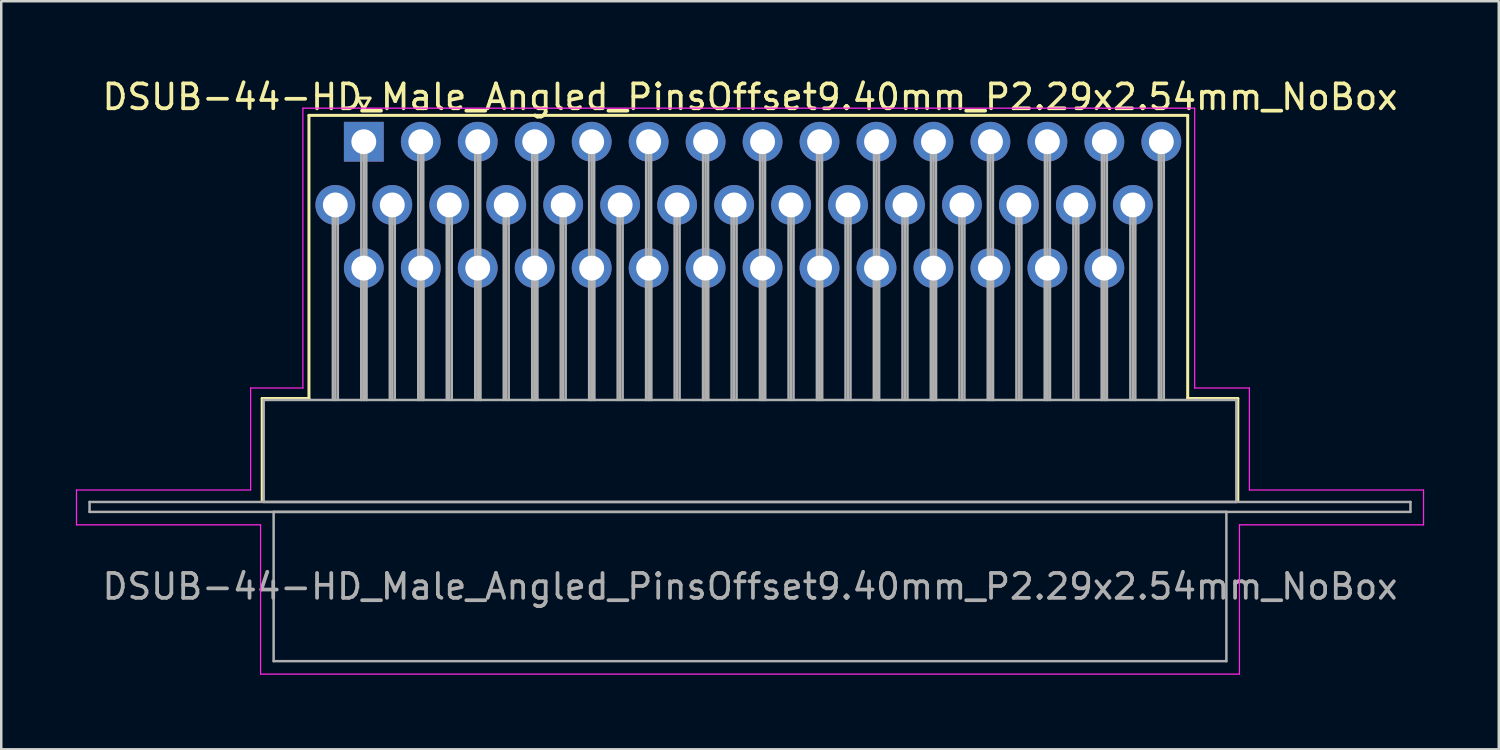
<source format=kicad_pcb>
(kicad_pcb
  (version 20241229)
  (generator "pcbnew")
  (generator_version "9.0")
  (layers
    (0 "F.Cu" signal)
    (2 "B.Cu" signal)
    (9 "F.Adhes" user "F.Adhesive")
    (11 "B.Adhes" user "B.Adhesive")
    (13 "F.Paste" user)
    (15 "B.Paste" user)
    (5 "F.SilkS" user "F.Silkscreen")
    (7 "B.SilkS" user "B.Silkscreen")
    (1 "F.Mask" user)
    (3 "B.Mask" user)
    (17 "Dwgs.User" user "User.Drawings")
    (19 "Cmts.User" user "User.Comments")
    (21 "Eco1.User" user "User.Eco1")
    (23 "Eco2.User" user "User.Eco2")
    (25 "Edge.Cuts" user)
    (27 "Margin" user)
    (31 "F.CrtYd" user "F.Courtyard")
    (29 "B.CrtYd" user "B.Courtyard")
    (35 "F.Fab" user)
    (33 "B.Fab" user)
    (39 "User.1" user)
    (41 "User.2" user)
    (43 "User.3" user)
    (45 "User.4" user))
  (footprint "DSUB-44-HD_Male_Angled_PinsOffset9.40mm_P2.29x2.54mm_NoBox"
    (layer "F.Cu")
    (at 11.575 2.648)
    (property "Reference" "DSUB-44-HD_Male_Angled_PinsOffset9.40mm_P2.29x2.54mm_NoBox" (at 15.525 -1.8 0) (layer "F.SilkS") (effects (font (size 1 1) (thickness 0.15))))
    (attr through_hole)
    (fp_line (start -4.085 10.32) (end -2.205 10.32) (stroke (width 0.12) (type solid)) (layer "F.SilkS"))
    (fp_line (start -4.085 14.42) (end -4.085 10.32) (stroke (width 0.12) (type solid)) (layer "F.SilkS"))
    (fp_line (start -2.205 -1.06) (end 33.12 -1.06) (stroke (width 0.12) (type solid)) (layer "F.SilkS"))
    (fp_line (start -2.205 10.32) (end -2.205 -1.06) (stroke (width 0.12) (type solid)) (layer "F.SilkS"))
    (fp_line (start -0.25 -1.754) (end 0.25 -1.754) (stroke (width 0.12) (type solid)) (layer "F.SilkS"))
    (fp_line (start 0 -1.321) (end -0.25 -1.754) (stroke (width 0.12) (type solid)) (layer "F.SilkS"))
    (fp_line (start 0.25 -1.754) (end 0 -1.321) (stroke (width 0.12) (type solid)) (layer "F.SilkS"))
    (fp_line (start 33.12 -1.06) (end 33.12 10.32) (stroke (width 0.12) (type solid)) (layer "F.SilkS"))
    (fp_line (start 33.12 10.32) (end 35.135 10.32) (stroke (width 0.12) (type solid)) (layer "F.SilkS"))
    (fp_line (start 35.135 10.32) (end 35.135 14.42) (stroke (width 0.12) (type solid)) (layer "F.SilkS"))
    (fp_line (start -11.55 14) (end -4.55 14) (stroke (width 0.05) (type solid)) (layer "F.CrtYd"))
    (fp_line (start -11.55 15.4) (end -11.55 14) (stroke (width 0.05) (type solid)) (layer "F.CrtYd"))
    (fp_line (start -4.55 9.9) (end -2.45 9.9) (stroke (width 0.05) (type solid)) (layer "F.CrtYd"))
    (fp_line (start -4.55 14) (end -4.55 9.9) (stroke (width 0.05) (type solid)) (layer "F.CrtYd"))
    (fp_line (start -4.15 15.4) (end -11.55 15.4) (stroke (width 0.05) (type solid)) (layer "F.CrtYd"))
    (fp_line (start -4.15 21.4) (end -4.15 15.4) (stroke (width 0.05) (type solid)) (layer "F.CrtYd"))
    (fp_line (start -2.45 -1.35) (end 33.4 -1.35) (stroke (width 0.05) (type solid)) (layer "F.CrtYd"))
    (fp_line (start -2.45 9.9) (end -2.45 -1.35) (stroke (width 0.05) (type solid)) (layer "F.CrtYd"))
    (fp_line (start 33.4 -1.35) (end 33.4 9.9) (stroke (width 0.05) (type solid)) (layer "F.CrtYd"))
    (fp_line (start 33.4 9.9) (end 35.6 9.9) (stroke (width 0.05) (type solid)) (layer "F.CrtYd"))
    (fp_line (start 35.2 15.4) (end 35.2 21.4) (stroke (width 0.05) (type solid)) (layer "F.CrtYd"))
    (fp_line (start 35.2 21.4) (end -4.15 21.4) (stroke (width 0.05) (type solid)) (layer "F.CrtYd"))
    (fp_line (start 35.6 9.9) (end 35.6 14) (stroke (width 0.05) (type solid)) (layer "F.CrtYd"))
    (fp_line (start 35.6 14) (end 42.6 14) (stroke (width 0.05) (type solid)) (layer "F.CrtYd"))
    (fp_line (start 42.6 14) (end 42.6 15.4) (stroke (width 0.05) (type solid)) (layer "F.CrtYd"))
    (fp_line (start 42.6 15.4) (end 35.2 15.4) (stroke (width 0.05) (type solid)) (layer "F.CrtYd"))
    (fp_line (start -11.025 14.48) (end -11.025 14.88) (stroke (width 0.1) (type solid)) (layer "F.Fab"))
    (fp_line (start -11.025 14.88) (end 42.075 14.88) (stroke (width 0.1) (type solid)) (layer "F.Fab"))
    (fp_line (start -4.025 10.38) (end -4.025 14.48) (stroke (width 0.1) (type solid)) (layer "F.Fab"))
    (fp_line (start -4.025 14.48) (end 35.075 14.48) (stroke (width 0.1) (type solid)) (layer "F.Fab"))
    (fp_line (start -3.625 14.88) (end -3.625 20.88) (stroke (width 0.1) (type solid)) (layer "F.Fab"))
    (fp_line (start -3.625 20.88) (end 34.675 20.88) (stroke (width 0.1) (type solid)) (layer "F.Fab"))
    (fp_line (start -1.245 2.54) (end -1.245 10.38) (stroke (width 0.1) (type solid)) (layer "F.Fab"))
    (fp_line (start -1.145 2.54) (end -1.145 10.38) (stroke (width 0.1) (type solid)) (layer "F.Fab"))
    (fp_line (start -1.045 2.54) (end -1.045 10.38) (stroke (width 0.1) (type solid)) (layer "F.Fab"))
    (fp_line (start -0.1 0) (end -0.1 10.38) (stroke (width 0.1) (type solid)) (layer "F.Fab"))
    (fp_line (start -0.1 5.08) (end -0.1 10.38) (stroke (width 0.1) (type solid)) (layer "F.Fab"))
    (fp_line (start 0 0) (end 0 10.38) (stroke (width 0.1) (type solid)) (layer "F.Fab"))
    (fp_line (start 0 5.08) (end 0 10.38) (stroke (width 0.1) (type solid)) (layer "F.Fab"))
    (fp_line (start 0.1 0) (end 0.1 10.38) (stroke (width 0.1) (type solid)) (layer "F.Fab"))
    (fp_line (start 0.1 5.08) (end 0.1 10.38) (stroke (width 0.1) (type solid)) (layer "F.Fab"))
    (fp_line (start 1.045 2.54) (end 1.045 10.38) (stroke (width 0.1) (type solid)) (layer "F.Fab"))
    (fp_line (start 1.145 2.54) (end 1.145 10.38) (stroke (width 0.1) (type solid)) (layer "F.Fab"))
    (fp_line (start 1.245 2.54) (end 1.245 10.38) (stroke (width 0.1) (type solid)) (layer "F.Fab"))
    (fp_line (start 2.19 0) (end 2.19 10.38) (stroke (width 0.1) (type solid)) (layer "F.Fab"))
    (fp_line (start 2.19 5.08) (end 2.19 10.38) (stroke (width 0.1) (type solid)) (layer "F.Fab"))
    (fp_line (start 2.29 0) (end 2.29 10.38) (stroke (width 0.1) (type solid)) (layer "F.Fab"))
    (fp_line (start 2.29 5.08) (end 2.29 10.38) (stroke (width 0.1) (type solid)) (layer "F.Fab"))
    (fp_line (start 2.39 0) (end 2.39 10.38) (stroke (width 0.1) (type solid)) (layer "F.Fab"))
    (fp_line (start 2.39 5.08) (end 2.39 10.38) (stroke (width 0.1) (type solid)) (layer "F.Fab"))
    (fp_line (start 3.335 2.54) (end 3.335 10.38) (stroke (width 0.1) (type solid)) (layer "F.Fab"))
    (fp_line (start 3.435 2.54) (end 3.435 10.38) (stroke (width 0.1) (type solid)) (layer "F.Fab"))
    (fp_line (start 3.535 2.54) (end 3.535 10.38) (stroke (width 0.1) (type solid)) (layer "F.Fab"))
    (fp_line (start 4.48 0) (end 4.48 10.38) (stroke (width 0.1) (type solid)) (layer "F.Fab"))
    (fp_line (start 4.48 5.08) (end 4.48 10.38) (stroke (width 0.1) (type solid)) (layer "F.Fab"))
    (fp_line (start 4.58 0) (end 4.58 10.38) (stroke (width 0.1) (type solid)) (layer "F.Fab"))
    (fp_line (start 4.58 5.08) (end 4.58 10.38) (stroke (width 0.1) (type solid)) (layer "F.Fab"))
    (fp_line (start 4.68 0) (end 4.68 10.38) (stroke (width 0.1) (type solid)) (layer "F.Fab"))
    (fp_line (start 4.68 5.08) (end 4.68 10.38) (stroke (width 0.1) (type solid)) (layer "F.Fab"))
    (fp_line (start 5.625 2.54) (end 5.625 10.38) (stroke (width 0.1) (type solid)) (layer "F.Fab"))
    (fp_line (start 5.725 2.54) (end 5.725 10.38) (stroke (width 0.1) (type solid)) (layer "F.Fab"))
    (fp_line (start 5.825 2.54) (end 5.825 10.38) (stroke (width 0.1) (type solid)) (layer "F.Fab"))
    (fp_line (start 6.77 0) (end 6.77 10.38) (stroke (width 0.1) (type solid)) (layer "F.Fab"))
    (fp_line (start 6.77 5.08) (end 6.77 10.38) (stroke (width 0.1) (type solid)) (layer "F.Fab"))
    (fp_line (start 6.87 0) (end 6.87 10.38) (stroke (width 0.1) (type solid)) (layer "F.Fab"))
    (fp_line (start 6.87 5.08) (end 6.87 10.38) (stroke (width 0.1) (type solid)) (layer "F.Fab"))
    (fp_line (start 6.97 0) (end 6.97 10.38) (stroke (width 0.1) (type solid)) (layer "F.Fab"))
    (fp_line (start 6.97 5.08) (end 6.97 10.38) (stroke (width 0.1) (type solid)) (layer "F.Fab"))
    (fp_line (start 7.915 2.54) (end 7.915 10.38) (stroke (width 0.1) (type solid)) (layer "F.Fab"))
    (fp_line (start 8.015 2.54) (end 8.015 10.38) (stroke (width 0.1) (type solid)) (layer "F.Fab"))
    (fp_line (start 8.115 2.54) (end 8.115 10.38) (stroke (width 0.1) (type solid)) (layer "F.Fab"))
    (fp_line (start 9.06 0) (end 9.06 10.38) (stroke (width 0.1) (type solid)) (layer "F.Fab"))
    (fp_line (start 9.06 5.08) (end 9.06 10.38) (stroke (width 0.1) (type solid)) (layer "F.Fab"))
    (fp_line (start 9.16 0) (end 9.16 10.38) (stroke (width 0.1) (type solid)) (layer "F.Fab"))
    (fp_line (start 9.16 5.08) (end 9.16 10.38) (stroke (width 0.1) (type solid)) (layer "F.Fab"))
    (fp_line (start 9.26 0) (end 9.26 10.38) (stroke (width 0.1) (type solid)) (layer "F.Fab"))
    (fp_line (start 9.26 5.08) (end 9.26 10.38) (stroke (width 0.1) (type solid)) (layer "F.Fab"))
    (fp_line (start 10.205 2.54) (end 10.205 10.38) (stroke (width 0.1) (type solid)) (layer "F.Fab"))
    (fp_line (start 10.305 2.54) (end 10.305 10.38) (stroke (width 0.1) (type solid)) (layer "F.Fab"))
    (fp_line (start 10.405 2.54) (end 10.405 10.38) (stroke (width 0.1) (type solid)) (layer "F.Fab"))
    (fp_line (start 11.35 0) (end 11.35 10.38) (stroke (width 0.1) (type solid)) (layer "F.Fab"))
    (fp_line (start 11.35 5.08) (end 11.35 10.38) (stroke (width 0.1) (type solid)) (layer "F.Fab"))
    (fp_line (start 11.45 0) (end 11.45 10.38) (stroke (width 0.1) (type solid)) (layer "F.Fab"))
    (fp_line (start 11.45 5.08) (end 11.45 10.38) (stroke (width 0.1) (type solid)) (layer "F.Fab"))
    (fp_line (start 11.55 0) (end 11.55 10.38) (stroke (width 0.1) (type solid)) (layer "F.Fab"))
    (fp_line (start 11.55 5.08) (end 11.55 10.38) (stroke (width 0.1) (type solid)) (layer "F.Fab"))
    (fp_line (start 12.495 2.54) (end 12.495 10.38) (stroke (width 0.1) (type solid)) (layer "F.Fab"))
    (fp_line (start 12.595 2.54) (end 12.595 10.38) (stroke (width 0.1) (type solid)) (layer "F.Fab"))
    (fp_line (start 12.695 2.54) (end 12.695 10.38) (stroke (width 0.1) (type solid)) (layer "F.Fab"))
    (fp_line (start 13.64 0) (end 13.64 10.38) (stroke (width 0.1) (type solid)) (layer "F.Fab"))
    (fp_line (start 13.64 5.08) (end 13.64 10.38) (stroke (width 0.1) (type solid)) (layer "F.Fab"))
    (fp_line (start 13.74 0) (end 13.74 10.38) (stroke (width 0.1) (type solid)) (layer "F.Fab"))
    (fp_line (start 13.74 5.08) (end 13.74 10.38) (stroke (width 0.1) (type solid)) (layer "F.Fab"))
    (fp_line (start 13.84 0) (end 13.84 10.38) (stroke (width 0.1) (type solid)) (layer "F.Fab"))
    (fp_line (start 13.84 5.08) (end 13.84 10.38) (stroke (width 0.1) (type solid)) (layer "F.Fab"))
    (fp_line (start 14.785 2.54) (end 14.785 10.38) (stroke (width 0.1) (type solid)) (layer "F.Fab"))
    (fp_line (start 14.885 2.54) (end 14.885 10.38) (stroke (width 0.1) (type solid)) (layer "F.Fab"))
    (fp_line (start 14.985 2.54) (end 14.985 10.38) (stroke (width 0.1) (type solid)) (layer "F.Fab"))
    (fp_line (start 15.93 0) (end 15.93 10.38) (stroke (width 0.1) (type solid)) (layer "F.Fab"))
    (fp_line (start 15.93 5.08) (end 15.93 10.38) (stroke (width 0.1) (type solid)) (layer "F.Fab"))
    (fp_line (start 16.03 0) (end 16.03 10.38) (stroke (width 0.1) (type solid)) (layer "F.Fab"))
    (fp_line (start 16.03 5.08) (end 16.03 10.38) (stroke (width 0.1) (type solid)) (layer "F.Fab"))
    (fp_line (start 16.13 0) (end 16.13 10.38) (stroke (width 0.1) (type solid)) (layer "F.Fab"))
    (fp_line (start 16.13 5.08) (end 16.13 10.38) (stroke (width 0.1) (type solid)) (layer "F.Fab"))
    (fp_line (start 17.075 2.54) (end 17.075 10.38) (stroke (width 0.1) (type solid)) (layer "F.Fab"))
    (fp_line (start 17.175 2.54) (end 17.175 10.38) (stroke (width 0.1) (type solid)) (layer "F.Fab"))
    (fp_line (start 17.275 2.54) (end 17.275 10.38) (stroke (width 0.1) (type solid)) (layer "F.Fab"))
    (fp_line (start 18.22 0) (end 18.22 10.38) (stroke (width 0.1) (type solid)) (layer "F.Fab"))
    (fp_line (start 18.22 5.08) (end 18.22 10.38) (stroke (width 0.1) (type solid)) (layer "F.Fab"))
    (fp_line (start 18.32 0) (end 18.32 10.38) (stroke (width 0.1) (type solid)) (layer "F.Fab"))
    (fp_line (start 18.32 5.08) (end 18.32 10.38) (stroke (width 0.1) (type solid)) (layer "F.Fab"))
    (fp_line (start 18.42 0) (end 18.42 10.38) (stroke (width 0.1) (type solid)) (layer "F.Fab"))
    (fp_line (start 18.42 5.08) (end 18.42 10.38) (stroke (width 0.1) (type solid)) (layer "F.Fab"))
    (fp_line (start 19.365 2.54) (end 19.365 10.38) (stroke (width 0.1) (type solid)) (layer "F.Fab"))
    (fp_line (start 19.465 2.54) (end 19.465 10.38) (stroke (width 0.1) (type solid)) (layer "F.Fab"))
    (fp_line (start 19.565 2.54) (end 19.565 10.38) (stroke (width 0.1) (type solid)) (layer "F.Fab"))
    (fp_line (start 20.51 0) (end 20.51 10.38) (stroke (width 0.1) (type solid)) (layer "F.Fab"))
    (fp_line (start 20.51 5.08) (end 20.51 10.38) (stroke (width 0.1) (type solid)) (layer "F.Fab"))
    (fp_line (start 20.61 0) (end 20.61 10.38) (stroke (width 0.1) (type solid)) (layer "F.Fab"))
    (fp_line (start 20.61 5.08) (end 20.61 10.38) (stroke (width 0.1) (type solid)) (layer "F.Fab"))
    (fp_line (start 20.71 0) (end 20.71 10.38) (stroke (width 0.1) (type solid)) (layer "F.Fab"))
    (fp_line (start 20.71 5.08) (end 20.71 10.38) (stroke (width 0.1) (type solid)) (layer "F.Fab"))
    (fp_line (start 21.655 2.54) (end 21.655 10.38) (stroke (width 0.1) (type solid)) (layer "F.Fab"))
    (fp_line (start 21.755 2.54) (end 21.755 10.38) (stroke (width 0.1) (type solid)) (layer "F.Fab"))
    (fp_line (start 21.855 2.54) (end 21.855 10.38) (stroke (width 0.1) (type solid)) (layer "F.Fab"))
    (fp_line (start 22.8 0) (end 22.8 10.38) (stroke (width 0.1) (type solid)) (layer "F.Fab"))
    (fp_line (start 22.8 5.08) (end 22.8 10.38) (stroke (width 0.1) (type solid)) (layer "F.Fab"))
    (fp_line (start 22.9 0) (end 22.9 10.38) (stroke (width 0.1) (type solid)) (layer "F.Fab"))
    (fp_line (start 22.9 5.08) (end 22.9 10.38) (stroke (width 0.1) (type solid)) (layer "F.Fab"))
    (fp_line (start 23 0) (end 23 10.38) (stroke (width 0.1) (type solid)) (layer "F.Fab"))
    (fp_line (start 23 5.08) (end 23 10.38) (stroke (width 0.1) (type solid)) (layer "F.Fab"))
    (fp_line (start 23.945 2.54) (end 23.945 10.38) (stroke (width 0.1) (type solid)) (layer "F.Fab"))
    (fp_line (start 24.045 2.54) (end 24.045 10.38) (stroke (width 0.1) (type solid)) (layer "F.Fab"))
    (fp_line (start 24.145 2.54) (end 24.145 10.38) (stroke (width 0.1) (type solid)) (layer "F.Fab"))
    (fp_line (start 25.09 0) (end 25.09 10.38) (stroke (width 0.1) (type solid)) (layer "F.Fab"))
    (fp_line (start 25.09 5.08) (end 25.09 10.38) (stroke (width 0.1) (type solid)) (layer "F.Fab"))
    (fp_line (start 25.19 0) (end 25.19 10.38) (stroke (width 0.1) (type solid)) (layer "F.Fab"))
    (fp_line (start 25.19 5.08) (end 25.19 10.38) (stroke (width 0.1) (type solid)) (layer "F.Fab"))
    (fp_line (start 25.29 0) (end 25.29 10.38) (stroke (width 0.1) (type solid)) (layer "F.Fab"))
    (fp_line (start 25.29 5.08) (end 25.29 10.38) (stroke (width 0.1) (type solid)) (layer "F.Fab"))
    (fp_line (start 26.235 2.54) (end 26.235 10.38) (stroke (width 0.1) (type solid)) (layer "F.Fab"))
    (fp_line (start 26.335 2.54) (end 26.335 10.38) (stroke (width 0.1) (type solid)) (layer "F.Fab"))
    (fp_line (start 26.435 2.54) (end 26.435 10.38) (stroke (width 0.1) (type solid)) (layer "F.Fab"))
    (fp_line (start 27.38 0) (end 27.38 10.38) (stroke (width 0.1) (type solid)) (layer "F.Fab"))
    (fp_line (start 27.38 5.08) (end 27.38 10.38) (stroke (width 0.1) (type solid)) (layer "F.Fab"))
    (fp_line (start 27.48 0) (end 27.48 10.38) (stroke (width 0.1) (type solid)) (layer "F.Fab"))
    (fp_line (start 27.48 5.08) (end 27.48 10.38) (stroke (width 0.1) (type solid)) (layer "F.Fab"))
    (fp_line (start 27.58 0) (end 27.58 10.38) (stroke (width 0.1) (type solid)) (layer "F.Fab"))
    (fp_line (start 27.58 5.08) (end 27.58 10.38) (stroke (width 0.1) (type solid)) (layer "F.Fab"))
    (fp_line (start 28.525 2.54) (end 28.525 10.38) (stroke (width 0.1) (type solid)) (layer "F.Fab"))
    (fp_line (start 28.625 2.54) (end 28.625 10.38) (stroke (width 0.1) (type solid)) (layer "F.Fab"))
    (fp_line (start 28.725 2.54) (end 28.725 10.38) (stroke (width 0.1) (type solid)) (layer "F.Fab"))
    (fp_line (start 29.67 0) (end 29.67 10.38) (stroke (width 0.1) (type solid)) (layer "F.Fab"))
    (fp_line (start 29.67 5.08) (end 29.67 10.38) (stroke (width 0.1) (type solid)) (layer "F.Fab"))
    (fp_line (start 29.77 0) (end 29.77 10.38) (stroke (width 0.1) (type solid)) (layer "F.Fab"))
    (fp_line (start 29.77 5.08) (end 29.77 10.38) (stroke (width 0.1) (type solid)) (layer "F.Fab"))
    (fp_line (start 29.87 0) (end 29.87 10.38) (stroke (width 0.1) (type solid)) (layer "F.Fab"))
    (fp_line (start 29.87 5.08) (end 29.87 10.38) (stroke (width 0.1) (type solid)) (layer "F.Fab"))
    (fp_line (start 30.815 2.54) (end 30.815 10.38) (stroke (width 0.1) (type solid)) (layer "F.Fab"))
    (fp_line (start 30.915 2.54) (end 30.915 10.38) (stroke (width 0.1) (type solid)) (layer "F.Fab"))
    (fp_line (start 31.015 2.54) (end 31.015 10.38) (stroke (width 0.1) (type solid)) (layer "F.Fab"))
    (fp_line (start 31.96 0) (end 31.96 10.38) (stroke (width 0.1) (type solid)) (layer "F.Fab"))
    (fp_line (start 32.06 0) (end 32.06 10.38) (stroke (width 0.1) (type solid)) (layer "F.Fab"))
    (fp_line (start 32.16 0) (end 32.16 10.38) (stroke (width 0.1) (type solid)) (layer "F.Fab"))
    (fp_line (start 34.675 14.88) (end -3.625 14.88) (stroke (width 0.1) (type solid)) (layer "F.Fab"))
    (fp_line (start 34.675 20.88) (end 34.675 14.88) (stroke (width 0.1) (type solid)) (layer "F.Fab"))
    (fp_line (start 35.075 10.38) (end -4.025 10.38) (stroke (width 0.1) (type solid)) (layer "F.Fab"))
    (fp_line (start 35.075 14.48) (end 35.075 10.38) (stroke (width 0.1) (type solid)) (layer "F.Fab"))
    (fp_line (start 42.075 14.48) (end -11.025 14.48) (stroke (width 0.1) (type solid)) (layer "F.Fab"))
    (fp_line (start 42.075 14.88) (end 42.075 14.48) (stroke (width 0.1) (type solid)) (layer "F.Fab"))
    (fp_text user "${REFERENCE}" (at 15.525 17.88 0) (layer "F.Fab") (effects (font (size 1 1) (thickness 0.15))))
    (pad "1" thru_hole rect (at 0 0) (size 1.6 1.6) (drill 1) (layers "*.Cu" "*.Mask"))
    (pad "2" thru_hole circle (at 2.29 0) (size 1.6 1.6) (drill 1) (layers "*.Cu" "*.Mask"))
    (pad "3" thru_hole circle (at 4.58 0) (size 1.6 1.6) (drill 1) (layers "*.Cu" "*.Mask"))
    (pad "4" thru_hole circle (at 6.87 0) (size 1.6 1.6) (drill 1) (layers "*.Cu" "*.Mask"))
    (pad "5" thru_hole circle (at 9.16 0) (size 1.6 1.6) (drill 1) (layers "*.Cu" "*.Mask"))
    (pad "6" thru_hole circle (at 11.45 0) (size 1.6 1.6) (drill 1) (layers "*.Cu" "*.Mask"))
    (pad "7" thru_hole circle (at 13.74 0) (size 1.6 1.6) (drill 1) (layers "*.Cu" "*.Mask"))
    (pad "8" thru_hole circle (at 16.03 0) (size 1.6 1.6) (drill 1) (layers "*.Cu" "*.Mask"))
    (pad "9" thru_hole circle (at 18.32 0) (size 1.6 1.6) (drill 1) (layers "*.Cu" "*.Mask"))
    (pad "10" thru_hole circle (at 20.61 0) (size 1.6 1.6) (drill 1) (layers "*.Cu" "*.Mask"))
    (pad "11" thru_hole circle (at 22.9 0) (size 1.6 1.6) (drill 1) (layers "*.Cu" "*.Mask"))
    (pad "12" thru_hole circle (at 25.19 0) (size 1.6 1.6) (drill 1) (layers "*.Cu" "*.Mask"))
    (pad "13" thru_hole circle (at 27.48 0) (size 1.6 1.6) (drill 1) (layers "*.Cu" "*.Mask"))
    (pad "14" thru_hole circle (at 29.77 0) (size 1.6 1.6) (drill 1) (layers "*.Cu" "*.Mask"))
    (pad "15" thru_hole circle (at 32.06 0) (size 1.6 1.6) (drill 1) (layers "*.Cu" "*.Mask"))
    (pad "16" thru_hole circle (at -1.145 2.54) (size 1.6 1.6) (drill 1) (layers "*.Cu" "*.Mask"))
    (pad "17" thru_hole circle (at 1.145 2.54) (size 1.6 1.6) (drill 1) (layers "*.Cu" "*.Mask"))
    (pad "18" thru_hole circle (at 3.435 2.54) (size 1.6 1.6) (drill 1) (layers "*.Cu" "*.Mask"))
    (pad "19" thru_hole circle (at 5.725 2.54) (size 1.6 1.6) (drill 1) (layers "*.Cu" "*.Mask"))
    (pad "20" thru_hole circle (at 8.015 2.54) (size 1.6 1.6) (drill 1) (layers "*.Cu" "*.Mask"))
    (pad "21" thru_hole circle (at 10.305 2.54) (size 1.6 1.6) (drill 1) (layers "*.Cu" "*.Mask"))
    (pad "22" thru_hole circle (at 12.595 2.54) (size 1.6 1.6) (drill 1) (layers "*.Cu" "*.Mask"))
    (pad "23" thru_hole circle (at 14.885 2.54) (size 1.6 1.6) (drill 1) (layers "*.Cu" "*.Mask"))
    (pad "24" thru_hole circle (at 17.175 2.54) (size 1.6 1.6) (drill 1) (layers "*.Cu" "*.Mask"))
    (pad "25" thru_hole circle (at 19.465 2.54) (size 1.6 1.6) (drill 1) (layers "*.Cu" "*.Mask"))
    (pad "26" thru_hole circle (at 21.755 2.54) (size 1.6 1.6) (drill 1) (layers "*.Cu" "*.Mask"))
    (pad "27" thru_hole circle (at 24.045 2.54) (size 1.6 1.6) (drill 1) (layers "*.Cu" "*.Mask"))
    (pad "28" thru_hole circle (at 26.335 2.54) (size 1.6 1.6) (drill 1) (layers "*.Cu" "*.Mask"))
    (pad "29" thru_hole circle (at 28.625 2.54) (size 1.6 1.6) (drill 1) (layers "*.Cu" "*.Mask"))
    (pad "30" thru_hole circle (at 30.915 2.54) (size 1.6 1.6) (drill 1) (layers "*.Cu" "*.Mask"))
    (pad "31" thru_hole circle (at 0 5.08) (size 1.6 1.6) (drill 1) (layers "*.Cu" "*.Mask"))
    (pad "32" thru_hole circle (at 2.29 5.08) (size 1.6 1.6) (drill 1) (layers "*.Cu" "*.Mask"))
    (pad "33" thru_hole circle (at 4.58 5.08) (size 1.6 1.6) (drill 1) (layers "*.Cu" "*.Mask"))
    (pad "34" thru_hole circle (at 6.87 5.08) (size 1.6 1.6) (drill 1) (layers "*.Cu" "*.Mask"))
    (pad "35" thru_hole circle (at 9.16 5.08) (size 1.6 1.6) (drill 1) (layers "*.Cu" "*.Mask"))
    (pad "36" thru_hole circle (at 11.45 5.08) (size 1.6 1.6) (drill 1) (layers "*.Cu" "*.Mask"))
    (pad "37" thru_hole circle (at 13.74 5.08) (size 1.6 1.6) (drill 1) (layers "*.Cu" "*.Mask"))
    (pad "38" thru_hole circle (at 16.03 5.08) (size 1.6 1.6) (drill 1) (layers "*.Cu" "*.Mask"))
    (pad "39" thru_hole circle (at 18.32 5.08) (size 1.6 1.6) (drill 1) (layers "*.Cu" "*.Mask"))
    (pad "40" thru_hole circle (at 20.61 5.08) (size 1.6 1.6) (drill 1) (layers "*.Cu" "*.Mask"))
    (pad "41" thru_hole circle (at 22.9 5.08) (size 1.6 1.6) (drill 1) (layers "*.Cu" "*.Mask"))
    (pad "42" thru_hole circle (at 25.19 5.08) (size 1.6 1.6) (drill 1) (layers "*.Cu" "*.Mask"))
    (pad "43" thru_hole circle (at 27.48 5.08) (size 1.6 1.6) (drill 1) (layers "*.Cu" "*.Mask"))
    (pad "44" thru_hole circle (at 29.77 5.08) (size 1.6 1.6) (drill 1) (layers "*.Cu" "*.Mask")))
  (gr_rect
    (start -3 -3)
    (end 57.2 27.073)
    (stroke (width 0.1) (type default))
    (fill no)
    (layer "Edge.Cuts")))
</source>
